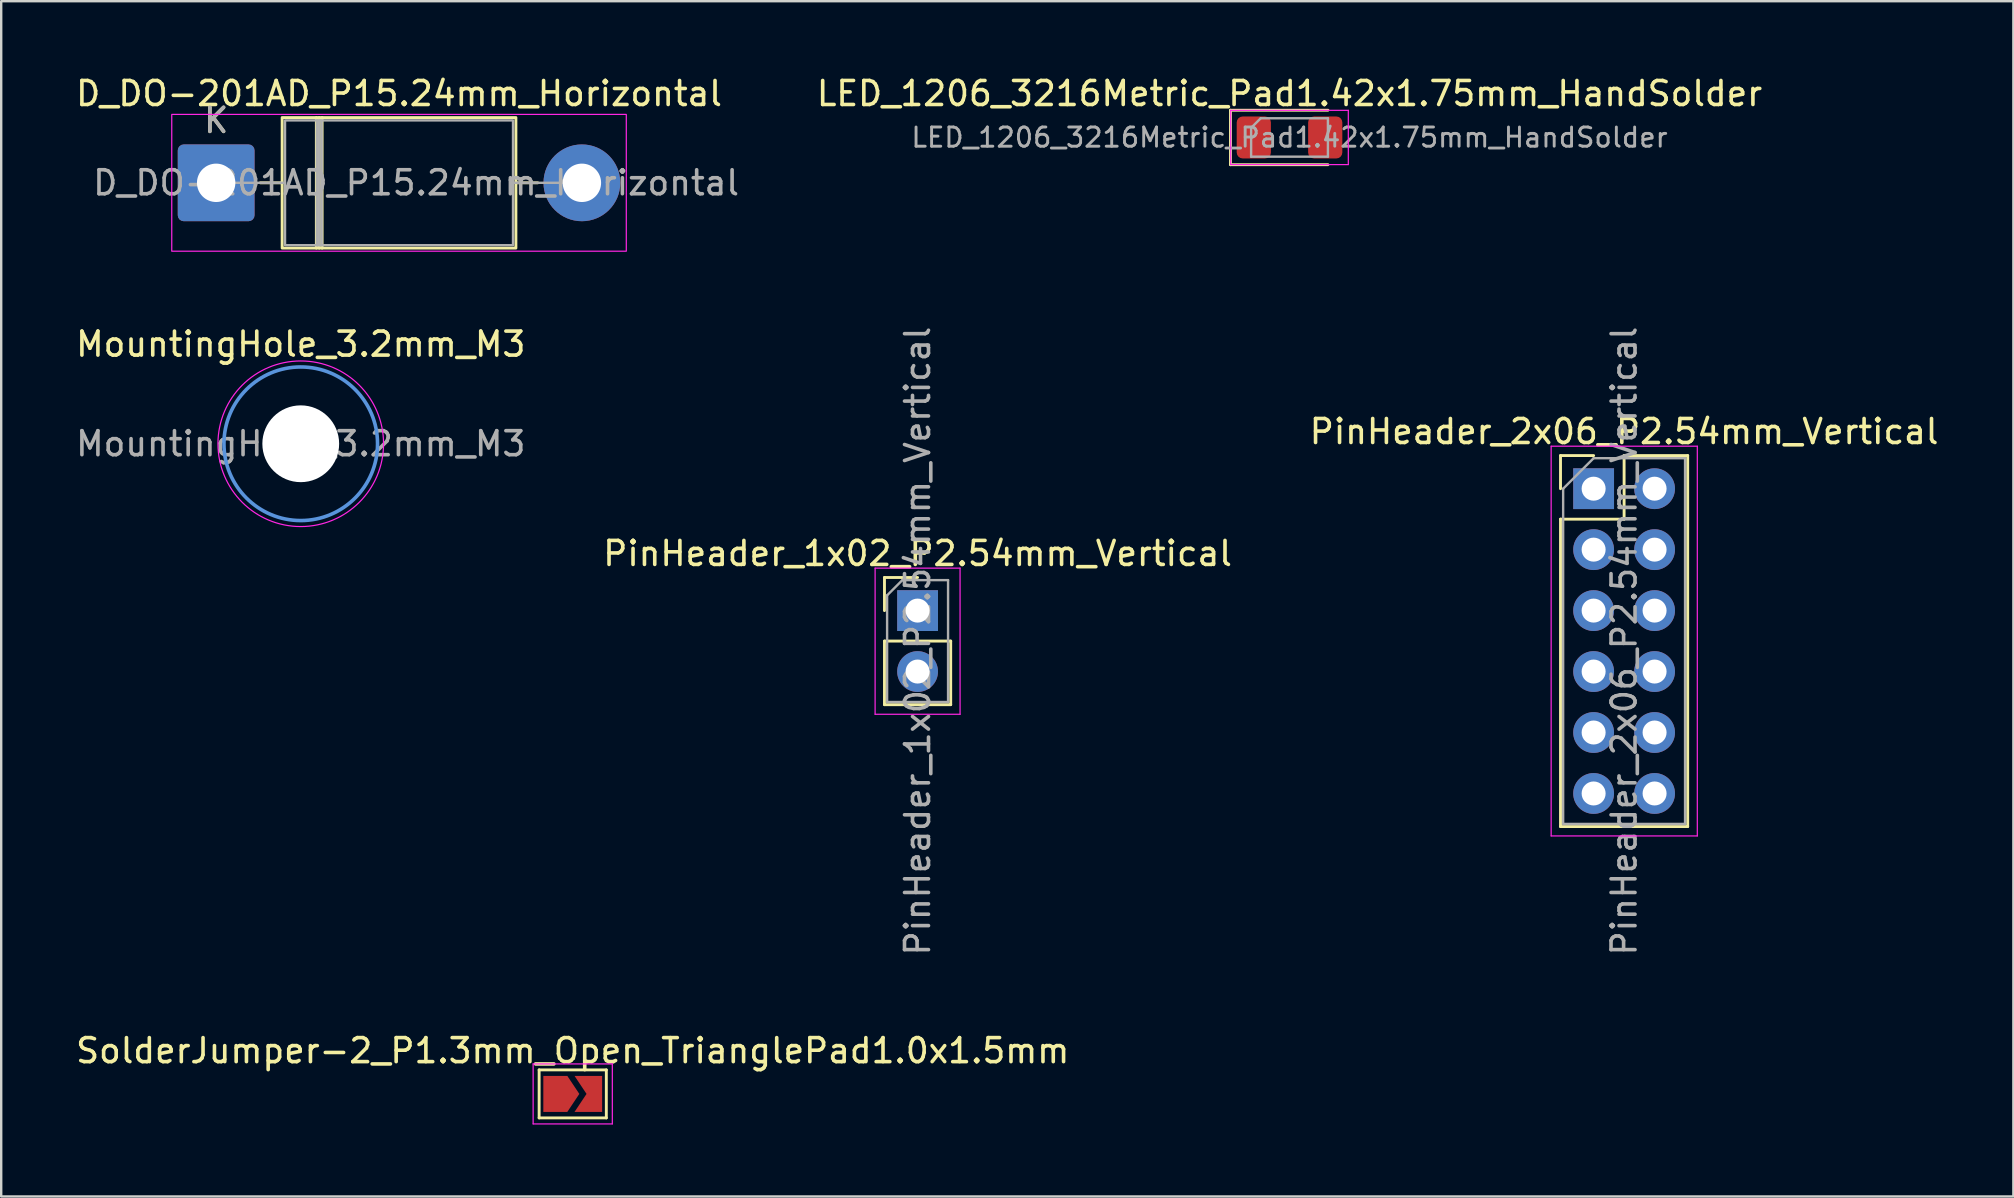
<source format=kicad_pcb>
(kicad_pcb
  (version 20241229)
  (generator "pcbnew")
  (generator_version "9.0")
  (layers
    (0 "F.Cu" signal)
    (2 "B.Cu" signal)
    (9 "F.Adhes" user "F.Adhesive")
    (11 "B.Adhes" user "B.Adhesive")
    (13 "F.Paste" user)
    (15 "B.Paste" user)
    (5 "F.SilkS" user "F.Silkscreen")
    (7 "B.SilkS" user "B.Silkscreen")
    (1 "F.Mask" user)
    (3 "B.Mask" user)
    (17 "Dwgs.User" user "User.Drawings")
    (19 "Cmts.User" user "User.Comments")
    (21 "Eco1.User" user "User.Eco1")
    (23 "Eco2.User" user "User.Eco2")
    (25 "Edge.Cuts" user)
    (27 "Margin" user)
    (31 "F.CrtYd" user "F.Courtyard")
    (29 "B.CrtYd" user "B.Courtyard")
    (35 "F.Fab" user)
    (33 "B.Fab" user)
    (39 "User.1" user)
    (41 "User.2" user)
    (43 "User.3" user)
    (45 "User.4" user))
  (footprint "SolderJumper-2_P1.3mm_Open_TrianglePad1.0x1.5mm"
    (layer "F.Cu")
    (at 20.815 42.532)
    (property "Reference" "SolderJumper-2_P1.3mm_Open_TrianglePad1.0x1.5mm" (at 0 -1.8 0) (layer "F.SilkS") (effects (font (size 1 1) (thickness 0.15))))
    (attr exclude_from_pos_files exclude_from_bom allow_soldermask_bridges)
    (fp_rect (start -1.225 -0.75) (end 1.225 0.75) (stroke (width 0) (type default)) (fill yes) (layer "F.Mask"))
    (fp_line (start -1.4 -1) (end 1.4 -1) (stroke (width 0.12) (type solid)) (layer "F.SilkS"))
    (fp_line (start -1.4 1) (end -1.4 -1) (stroke (width 0.12) (type solid)) (layer "F.SilkS"))
    (fp_line (start 1.4 -1) (end 1.4 1) (stroke (width 0.12) (type solid)) (layer "F.SilkS"))
    (fp_line (start 1.4 1) (end -1.4 1) (stroke (width 0.12) (type solid)) (layer "F.SilkS"))
    (fp_line (start -1.65 -1.25) (end -1.65 1.25) (stroke (width 0.05) (type solid)) (layer "F.CrtYd"))
    (fp_line (start -1.65 -1.25) (end 1.65 -1.25) (stroke (width 0.05) (type solid)) (layer "F.CrtYd"))
    (fp_line (start 1.65 1.25) (end -1.65 1.25) (stroke (width 0.05) (type solid)) (layer "F.CrtYd"))
    (fp_line (start 1.65 1.25) (end 1.65 -1.25) (stroke (width 0.05) (type solid)) (layer "F.CrtYd"))
    (pad "1" smd custom (at -0.725 0) (size 0.3 0.3) (layers "F.Cu" "F.Mask") (options (anchor rect)) (primitives (gr_poly (pts (xy 1 0) (xy 0.5 0.75) (xy -0.5 0.75) (xy -0.5 -0.75) (xy 0.5 -0.75)) (width 0) (fill yes))))
    (pad "2" smd custom (at 0.725 0) (size 0.3 0.3) (layers "F.Cu" "F.Mask") (options (anchor rect)) (primitives (gr_poly (pts (xy 0.5 0.75) (xy -0.65 0.75) (xy -0.15 0) (xy -0.65 -0.75) (xy 0.5 -0.75)) (width 0) (fill yes)))))
  (footprint "LED_1206_3216Metric_Pad1.42x1.75mm_HandSolder"
    (layer "F.Cu")
    (at 50.683 2.678)
    (property "Reference" "LED_1206_3216Metric_Pad1.42x1.75mm_HandSolder" (at 0 -1.83 0) (layer "F.SilkS") (effects (font (size 1 1) (thickness 0.15))))
    (attr smd)
    (fp_line (start -2.46 -1.135) (end -2.46 1.135) (stroke (width 0.12) (type solid)) (layer "F.SilkS"))
    (fp_line (start -2.46 1.135) (end 1.6 1.135) (stroke (width 0.12) (type solid)) (layer "F.SilkS"))
    (fp_line (start 1.6 -1.135) (end -2.46 -1.135) (stroke (width 0.12) (type solid)) (layer "F.SilkS"))
    (fp_line (start -2.45 -1.13) (end 2.45 -1.13) (stroke (width 0.05) (type solid)) (layer "F.CrtYd"))
    (fp_line (start -2.45 1.13) (end -2.45 -1.13) (stroke (width 0.05) (type solid)) (layer "F.CrtYd"))
    (fp_line (start 2.45 -1.13) (end 2.45 1.13) (stroke (width 0.05) (type solid)) (layer "F.CrtYd"))
    (fp_line (start 2.45 1.13) (end -2.45 1.13) (stroke (width 0.05) (type solid)) (layer "F.CrtYd"))
    (fp_line (start -1.6 -0.4) (end -1.6 0.8) (stroke (width 0.1) (type solid)) (layer "F.Fab"))
    (fp_line (start -1.6 0.8) (end 1.6 0.8) (stroke (width 0.1) (type solid)) (layer "F.Fab"))
    (fp_line (start -1.2 -0.8) (end -1.6 -0.4) (stroke (width 0.1) (type solid)) (layer "F.Fab"))
    (fp_line (start 1.6 -0.8) (end -1.2 -0.8) (stroke (width 0.1) (type solid)) (layer "F.Fab"))
    (fp_line (start 1.6 0.8) (end 1.6 -0.8) (stroke (width 0.1) (type solid)) (layer "F.Fab"))
    (fp_text user "${REFERENCE}" (at 0 0 0) (layer "F.Fab") (effects (font (size 0.8 0.8) (thickness 0.12))))
    (pad "1" smd roundrect (at -1.488 0) (size 1.425 1.75) (layers "F.Cu" "F.Mask" "F.Paste") (roundrect_rratio 0.175))
    (pad "2" smd roundrect (at 1.488 0) (size 1.425 1.75) (layers "F.Cu" "F.Mask" "F.Paste") (roundrect_rratio 0.175)))
  (footprint "MountingHole_3.2mm_M3"
    (layer "F.Cu")
    (at 9.482 15.441)
    (property "Reference" "MountingHole_3.2mm_M3" (at 0 -4.15 0) (layer "F.SilkS") (effects (font (size 1 1) (thickness 0.15))))
    (attr exclude_from_pos_files exclude_from_bom)
    (fp_circle (center 0 0) (end 3.2 0) (stroke (width 0.15) (type solid)) (fill no) (layer "Cmts.User"))
    (fp_circle (center 0 0) (end 3.45 0) (stroke (width 0.05) (type solid)) (fill no) (layer "F.CrtYd"))
    (fp_text user "${REFERENCE}" (at 0 0 0) (layer "F.Fab") (effects (font (size 1 1) (thickness 0.15))))
    (pad "" np_thru_hole circle (at 0 0) (size 3.2 3.2) (drill 3.2) (layers "*.Cu" "*.Mask")))
  (footprint "PinHeader_2x06_P2.54mm_Vertical"
    (layer "F.Cu")
    (at 63.355 17.313)
    (property "Reference" "PinHeader_2x06_P2.54mm_Vertical" (at 1.27 -2.38 0) (layer "F.SilkS") (effects (font (size 1 1) (thickness 0.15))))
    (attr through_hole)
    (fp_line (start -1.38 -1.38) (end 0 -1.38) (stroke (width 0.12) (type solid)) (layer "F.SilkS"))
    (fp_line (start -1.38 0) (end -1.38 -1.38) (stroke (width 0.12) (type solid)) (layer "F.SilkS"))
    (fp_line (start -1.38 1.27) (end -1.38 14.08) (stroke (width 0.12) (type solid)) (layer "F.SilkS"))
    (fp_line (start -1.38 1.27) (end 1.27 1.27) (stroke (width 0.12) (type solid)) (layer "F.SilkS"))
    (fp_line (start -1.38 14.08) (end 3.92 14.08) (stroke (width 0.12) (type solid)) (layer "F.SilkS"))
    (fp_line (start 1.27 -1.38) (end 3.92 -1.38) (stroke (width 0.12) (type solid)) (layer "F.SilkS"))
    (fp_line (start 1.27 1.27) (end 1.27 -1.38) (stroke (width 0.12) (type solid)) (layer "F.SilkS"))
    (fp_line (start 3.92 -1.38) (end 3.92 14.08) (stroke (width 0.12) (type solid)) (layer "F.SilkS"))
    (fp_line (start -1.77 -1.77) (end -1.77 14.47) (stroke (width 0.05) (type solid)) (layer "F.CrtYd"))
    (fp_line (start -1.77 14.47) (end 4.32 14.47) (stroke (width 0.05) (type solid)) (layer "F.CrtYd"))
    (fp_line (start 4.32 -1.77) (end -1.77 -1.77) (stroke (width 0.05) (type solid)) (layer "F.CrtYd"))
    (fp_line (start 4.32 14.47) (end 4.32 -1.77) (stroke (width 0.05) (type solid)) (layer "F.CrtYd"))
    (fp_line (start -1.27 0) (end 0 -1.27) (stroke (width 0.1) (type solid)) (layer "F.Fab"))
    (fp_line (start -1.27 13.97) (end -1.27 0) (stroke (width 0.1) (type solid)) (layer "F.Fab"))
    (fp_line (start 0 -1.27) (end 3.81 -1.27) (stroke (width 0.1) (type solid)) (layer "F.Fab"))
    (fp_line (start 3.81 -1.27) (end 3.81 13.97) (stroke (width 0.1) (type solid)) (layer "F.Fab"))
    (fp_line (start 3.81 13.97) (end -1.27 13.97) (stroke (width 0.1) (type solid)) (layer "F.Fab"))
    (fp_text user "${REFERENCE}" (at 1.27 6.35 90) (layer "F.Fab") (effects (font (size 1 1) (thickness 0.15))))
    (pad "1" thru_hole rect (at 0 0) (size 1.7 1.7) (drill 1) (layers "*.Cu" "*.Mask"))
    (pad "2" thru_hole circle (at 2.54 0) (size 1.7 1.7) (drill 1) (layers "*.Cu" "*.Mask"))
    (pad "3" thru_hole circle (at 0 2.54) (size 1.7 1.7) (drill 1) (layers "*.Cu" "*.Mask"))
    (pad "4" thru_hole circle (at 2.54 2.54) (size 1.7 1.7) (drill 1) (layers "*.Cu" "*.Mask"))
    (pad "5" thru_hole circle (at 0 5.08) (size 1.7 1.7) (drill 1) (layers "*.Cu" "*.Mask"))
    (pad "6" thru_hole circle (at 2.54 5.08) (size 1.7 1.7) (drill 1) (layers "*.Cu" "*.Mask"))
    (pad "7" thru_hole circle (at 0 7.62) (size 1.7 1.7) (drill 1) (layers "*.Cu" "*.Mask"))
    (pad "8" thru_hole circle (at 2.54 7.62) (size 1.7 1.7) (drill 1) (layers "*.Cu" "*.Mask"))
    (pad "9" thru_hole circle (at 0 10.16) (size 1.7 1.7) (drill 1) (layers "*.Cu" "*.Mask"))
    (pad "10" thru_hole circle (at 2.54 10.16) (size 1.7 1.7) (drill 1) (layers "*.Cu" "*.Mask"))
    (pad "11" thru_hole circle (at 0 12.7) (size 1.7 1.7) (drill 1) (layers "*.Cu" "*.Mask"))
    (pad "12" thru_hole circle (at 2.54 12.7) (size 1.7 1.7) (drill 1) (layers "*.Cu" "*.Mask")))
  (footprint "D_DO-201AD_P15.24mm_Horizontal"
    (layer "F.Cu")
    (at 5.957 4.568)
    (property "Reference" "D_DO-201AD_P15.24mm_Horizontal" (at 7.62 -3.72 0) (layer "F.SilkS") (effects (font (size 1 1) (thickness 0.15))))
    (attr through_hole)
    (fp_line (start 1.84 0) (end 2.75 0) (stroke (width 0.12) (type solid)) (layer "F.SilkS"))
    (fp_line (start 4.175 -2.72) (end 4.175 2.72) (stroke (width 0.12) (type solid)) (layer "F.SilkS"))
    (fp_line (start 4.295 -2.72) (end 4.295 2.72) (stroke (width 0.12) (type solid)) (layer "F.SilkS"))
    (fp_line (start 4.415 -2.72) (end 4.415 2.72) (stroke (width 0.12) (type solid)) (layer "F.SilkS"))
    (fp_line (start 13.4 0) (end 12.49 0) (stroke (width 0.12) (type solid)) (layer "F.SilkS"))
    (fp_rect (start 2.75 -2.72) (end 12.49 2.72) (stroke (width 0.12) (type solid)) (fill no) (layer "F.SilkS"))
    (fp_rect (start -1.85 -2.85) (end 17.09 2.85) (stroke (width 0.05) (type solid)) (fill no) (layer "F.CrtYd"))
    (fp_line (start 0 0) (end 2.87 0) (stroke (width 0.1) (type solid)) (layer "F.Fab"))
    (fp_line (start 4.195 -2.6) (end 4.195 2.6) (stroke (width 0.1) (type solid)) (layer "F.Fab"))
    (fp_line (start 4.295 -2.6) (end 4.295 2.6) (stroke (width 0.1) (type solid)) (layer "F.Fab"))
    (fp_line (start 4.395 -2.6) (end 4.395 2.6) (stroke (width 0.1) (type solid)) (layer "F.Fab"))
    (fp_line (start 15.24 0) (end 12.37 0) (stroke (width 0.1) (type solid)) (layer "F.Fab"))
    (fp_rect (start 2.87 -2.6) (end 12.37 2.6) (stroke (width 0.1) (type solid)) (fill no) (layer "F.Fab"))
    (fp_text user "K" (at 0 -2.6 0) (layer "F.SilkS") (effects (font (size 1 1) (thickness 0.15))))
    (fp_text user "K" (at 0 -2.6 0) (layer "F.Fab") (effects (font (size 1 1) (thickness 0.15))))
    (fp_text user "${REFERENCE}" (at 8.332 0 0) (layer "F.Fab") (effects (font (size 1 1) (thickness 0.15))))
    (pad "1" thru_hole roundrect (at 0 0) (size 3.2 3.2) (drill 1.6) (layers "*.Cu" "*.Mask") (roundrect_rratio 0.078))
    (pad "2" thru_hole circle (at 15.24 0) (size 3.2 3.2) (drill 1.6) (layers "*.Cu" "*.Mask")))
  (footprint "PinHeader_1x02_P2.54mm_Vertical"
    (layer "F.Cu")
    (at 35.185 22.393)
    (property "Reference" "PinHeader_1x02_P2.54mm_Vertical" (at 0 -2.38 0) (layer "F.SilkS") (effects (font (size 1 1) (thickness 0.15))))
    (attr through_hole)
    (fp_line (start -1.38 -1.38) (end 0 -1.38) (stroke (width 0.12) (type solid)) (layer "F.SilkS"))
    (fp_line (start -1.38 0) (end -1.38 -1.38) (stroke (width 0.12) (type solid)) (layer "F.SilkS"))
    (fp_line (start -1.38 1.27) (end -1.38 3.92) (stroke (width 0.12) (type solid)) (layer "F.SilkS"))
    (fp_line (start -1.38 1.27) (end 1.38 1.27) (stroke (width 0.12) (type solid)) (layer "F.SilkS"))
    (fp_line (start -1.38 3.92) (end 1.38 3.92) (stroke (width 0.12) (type solid)) (layer "F.SilkS"))
    (fp_line (start 1.38 1.27) (end 1.38 3.92) (stroke (width 0.12) (type solid)) (layer "F.SilkS"))
    (fp_line (start -1.77 -1.77) (end -1.77 4.32) (stroke (width 0.05) (type solid)) (layer "F.CrtYd"))
    (fp_line (start -1.77 4.32) (end 1.77 4.32) (stroke (width 0.05) (type solid)) (layer "F.CrtYd"))
    (fp_line (start 1.77 -1.77) (end -1.77 -1.77) (stroke (width 0.05) (type solid)) (layer "F.CrtYd"))
    (fp_line (start 1.77 4.32) (end 1.77 -1.77) (stroke (width 0.05) (type solid)) (layer "F.CrtYd"))
    (fp_line (start -1.27 -0.635) (end -0.635 -1.27) (stroke (width 0.1) (type solid)) (layer "F.Fab"))
    (fp_line (start -1.27 3.81) (end -1.27 -0.635) (stroke (width 0.1) (type solid)) (layer "F.Fab"))
    (fp_line (start -0.635 -1.27) (end 1.27 -1.27) (stroke (width 0.1) (type solid)) (layer "F.Fab"))
    (fp_line (start 1.27 -1.27) (end 1.27 3.81) (stroke (width 0.1) (type solid)) (layer "F.Fab"))
    (fp_line (start 1.27 3.81) (end -1.27 3.81) (stroke (width 0.1) (type solid)) (layer "F.Fab"))
    (fp_text user "${REFERENCE}" (at 0 1.27 90) (layer "F.Fab") (effects (font (size 1 1) (thickness 0.15))))
    (pad "1" thru_hole rect (at 0 0) (size 1.7 1.7) (drill 1) (layers "*.Cu" "*.Mask"))
    (pad "2" thru_hole circle (at 0 2.54) (size 1.7 1.7) (drill 1) (layers "*.Cu" "*.Mask")))
  (gr_rect
    (start -3 -3)
    (end 80.845 46.807)
    (stroke (width 0.1) (type default))
    (fill no)
    (layer "Edge.Cuts")))
</source>
